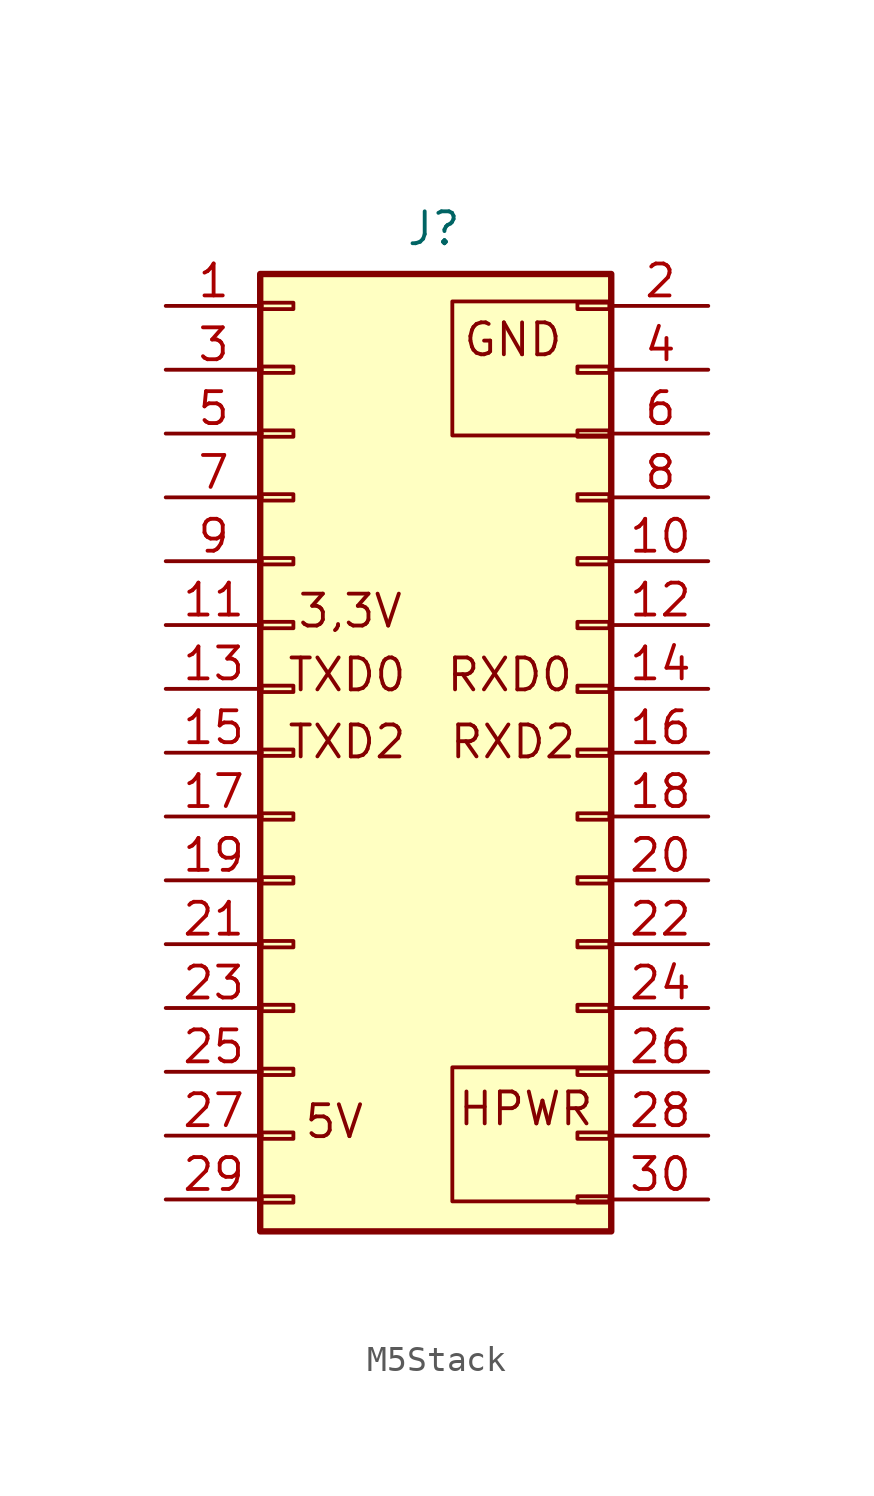
<source format=kicad_sym>
(kicad_symbol_lib
  (version 20220914)
  (generator kicad_symbol_editor)
  (symbol "M5Stack"
    (property "Reference" "J"
      (at 6.858 1.676 0)
      (effects (font (size 1.27 1.27))))
    (property "Value" ""
      (at 6.858 1.676 0)
      (effects (font (size 1.27 1.27))))
    (symbol "M5Stack_1_1"
      (rectangle (start -0.051 -38.227) (end 13.919 -0.127) (stroke (width 0.254) (type default)) (fill (type background)))
      (rectangle (start 0 -36.83) (end 1.27 -37.084) (stroke (width 0.152) (type default)) (fill (type none)))
      (rectangle (start 0 -34.29) (end 1.27 -34.544) (stroke (width 0.152) (type default)) (fill (type none)))
      (rectangle (start 0 -31.75) (end 1.27 -32.004) (stroke (width 0.152) (type default)) (fill (type none)))
      (rectangle (start 0 -29.21) (end 1.27 -29.464) (stroke (width 0.152) (type default)) (fill (type none)))
      (rectangle (start 0 -26.67) (end 1.27 -26.924) (stroke (width 0.152) (type default)) (fill (type none)))
      (rectangle (start 0 -24.13) (end 1.27 -24.384) (stroke (width 0.152) (type default)) (fill (type none)))
      (rectangle (start 0 -21.59) (end 1.27 -21.844) (stroke (width 0.152) (type default)) (fill (type none)))
      (rectangle (start 0 -19.05) (end 1.27 -19.304) (stroke (width 0.152) (type default)) (fill (type none)))
      (rectangle (start 0 -16.51) (end 1.27 -16.764) (stroke (width 0.152) (type default)) (fill (type none)))
      (rectangle (start 0 -13.97) (end 1.27 -14.224) (stroke (width 0.152) (type default)) (fill (type none)))
      (rectangle (start 0 -11.43) (end 1.27 -11.684) (stroke (width 0.152) (type default)) (fill (type none)))
      (rectangle (start 0 -8.89) (end 1.27 -9.144) (stroke (width 0.152) (type default)) (fill (type none)))
      (rectangle (start 0 -6.35) (end 1.27 -6.604) (stroke (width 0.152) (type default)) (fill (type none)))
      (rectangle (start 0 -3.81) (end 1.27 -4.064) (stroke (width 0.152) (type default)) (fill (type none)))
      (rectangle (start 0 -1.27) (end 1.27 -1.524) (stroke (width 0.152) (type default)) (fill (type none)))
      (polyline (pts (xy 13.818 -37.033) (xy 7.595 -37.033) (xy 7.595 -31.699) (xy 13.818 -31.699)) (stroke (width 0) (type default)) (fill (type none)))
      (polyline (pts (xy 13.818 -6.553) (xy 7.595 -6.553) (xy 7.595 -1.219) (xy 13.818 -1.219)) (stroke (width 0) (type default)) (fill (type none)))
      (rectangle (start 12.573 -11.43) (end 13.843 -11.684) (stroke (width 0.152) (type default)) (fill (type none)))
      (rectangle (start 12.573 -1.27) (end 13.843 -1.524) (stroke (width 0.152) (type default)) (fill (type none)))
      (rectangle (start 13.843 -36.83) (end 12.573 -37.084) (stroke (width 0.152) (type default)) (fill (type none)))
      (rectangle (start 13.843 -34.29) (end 12.573 -34.544) (stroke (width 0.152) (type default)) (fill (type none)))
      (rectangle (start 13.843 -31.75) (end 12.573 -32.004) (stroke (width 0.152) (type default)) (fill (type none)))
      (rectangle (start 13.843 -29.21) (end 12.573 -29.464) (stroke (width 0.152) (type default)) (fill (type none)))
      (rectangle (start 13.843 -26.67) (end 12.573 -26.924) (stroke (width 0.152) (type default)) (fill (type none)))
      (rectangle (start 13.843 -24.13) (end 12.573 -24.384) (stroke (width 0.152) (type default)) (fill (type none)))
      (rectangle (start 13.843 -21.59) (end 12.573 -21.844) (stroke (width 0.152) (type default)) (fill (type none)))
      (rectangle (start 13.843 -19.05) (end 12.573 -19.304) (stroke (width 0.152) (type default)) (fill (type none)))
      (rectangle (start 13.843 -16.51) (end 12.573 -16.764) (stroke (width 0.152) (type default)) (fill (type none)))
      (rectangle (start 13.843 -13.97) (end 12.573 -14.224) (stroke (width 0.152) (type default)) (fill (type none)))
      (rectangle (start 13.843 -8.89) (end 12.573 -9.144) (stroke (width 0.152) (type default)) (fill (type none)))
      (rectangle (start 13.843 -6.35) (end 12.573 -6.604) (stroke (width 0.152) (type default)) (fill (type none)))
      (rectangle (start 13.843 -3.81) (end 12.573 -4.064) (stroke (width 0.152) (type default)) (fill (type none)))
      (text "3,3V" (at 3.531 -13.538 0) (effects (font (size 1.27 1.27))))
      (text "5V" (at 2.896 -33.858 0) (effects (font (size 1.27 1.27))))
      (text "GND" (at 10.008 -2.743 0) (effects (font (size 1.27 1.27))))
      (text "HPWR" (at 10.516 -33.35 0) (effects (font (size 1.27 1.27))))
      (text "RXD0\n" (at 9.881 -16.078 0) (effects (font (size 1.27 1.27))))
      (text "RXD2\n" (at 10.008 -18.745 0) (effects (font (size 1.27 1.27))))
      (text "TXD0" (at 3.404 -16.078 0) (effects (font (size 1.27 1.27))))
      (text "TXD2\n" (at 3.404 -18.745 0) (effects (font (size 1.27 1.27))))
      (pin passive line (at -3.81 -1.397 0) (length 3.81) (name "Pin_1" (effects (font (size 0 0)))) (number "1" (effects (font (size 1.27 1.27)))))
      (pin passive line (at 17.78 -11.557 180) (length 3.81) (name "Pin_10" (effects (font (size 0 0)))) (number "10" (effects (font (size 1.27 1.27)))))
      (pin passive line (at -3.81 -14.097 0) (length 3.81) (name "Pin_11" (effects (font (size 0 0)))) (number "11" (effects (font (size 1.27 1.27)))))
      (pin passive line (at 17.78 -14.097 180) (length 3.81) (name "Pin_12" (effects (font (size 0 0)))) (number "12" (effects (font (size 1.27 1.27)))))
      (pin passive line (at -3.81 -16.637 0) (length 3.81) (name "Pin_13" (effects (font (size 0 0)))) (number "13" (effects (font (size 1.27 1.27)))))
      (pin passive line (at 17.78 -16.637 180) (length 3.81) (name "Pin_14" (effects (font (size 0 0)))) (number "14" (effects (font (size 1.27 1.27)))))
      (pin passive line (at -3.81 -19.177 0) (length 3.81) (name "Pin_15" (effects (font (size 0 0)))) (number "15" (effects (font (size 1.27 1.27)))))
      (pin passive line (at 17.78 -19.177 180) (length 3.81) (name "Pin_16" (effects (font (size 0 0)))) (number "16" (effects (font (size 1.27 1.27)))))
      (pin passive line (at -3.81 -21.717 0) (length 3.81) (name "Pin_17" (effects (font (size 0 0)))) (number "17" (effects (font (size 1.27 1.27)))))
      (pin passive line (at 17.78 -21.717 180) (length 3.81) (name "Pin_18" (effects (font (size 0 0)))) (number "18" (effects (font (size 1.27 1.27)))))
      (pin passive line (at -3.81 -24.257 0) (length 3.81) (name "Pin_19" (effects (font (size 0 0)))) (number "19" (effects (font (size 1.27 1.27)))))
      (pin passive line (at 17.78 -1.397 180) (length 3.81) (name "Pin_2" (effects (font (size 0 0)))) (number "2" (effects (font (size 1.27 1.27)))))
      (pin passive line (at 17.78 -24.257 180) (length 3.81) (name "Pin_20" (effects (font (size 0 0)))) (number "20" (effects (font (size 1.27 1.27)))))
      (pin passive line (at -3.81 -26.797 0) (length 3.81) (name "Pin_21" (effects (font (size 0 0)))) (number "21" (effects (font (size 1.27 1.27)))))
      (pin passive line (at 17.78 -26.797 180) (length 3.81) (name "Pin_22" (effects (font (size 0 0)))) (number "22" (effects (font (size 1.27 1.27)))))
      (pin passive line (at -3.81 -29.337 0) (length 3.81) (name "Pin_23" (effects (font (size 0 0)))) (number "23" (effects (font (size 1.27 1.27)))))
      (pin passive line (at 17.78 -29.337 180) (length 3.81) (name "Pin_24" (effects (font (size 0 0)))) (number "24" (effects (font (size 1.27 1.27)))))
      (pin passive line (at -3.81 -31.877 0) (length 3.81) (name "Pin_25" (effects (font (size 0 0)))) (number "25" (effects (font (size 1.27 1.27)))))
      (pin passive line (at 17.78 -31.877 180) (length 3.81) (name "Pin_26" (effects (font (size 0 0)))) (number "26" (effects (font (size 1.27 1.27)))))
      (pin passive line (at -3.81 -34.417 0) (length 3.81) (name "Pin_27" (effects (font (size 0 0)))) (number "27" (effects (font (size 1.27 1.27)))))
      (pin passive line (at 17.78 -34.417 180) (length 3.81) (name "Pin_28" (effects (font (size 0 0)))) (number "28" (effects (font (size 1.27 1.27)))))
      (pin passive line (at -3.81 -36.957 0) (length 3.81) (name "Pin_29" (effects (font (size 0 0)))) (number "29" (effects (font (size 1.27 1.27)))))
      (pin passive line (at -3.81 -3.937 0) (length 3.81) (name "Pin_3" (effects (font (size 0 0)))) (number "3" (effects (font (size 1.27 1.27)))))
      (pin passive line (at 17.78 -36.957 180) (length 3.81) (name "Pin_30" (effects (font (size 0 0)))) (number "30" (effects (font (size 1.27 1.27)))))
      (pin passive line (at 17.78 -3.937 180) (length 3.81) (name "Pin_4" (effects (font (size 0 0)))) (number "4" (effects (font (size 1.27 1.27)))))
      (pin passive line (at -3.81 -6.477 0) (length 3.81) (name "Pin_5" (effects (font (size 0 0)))) (number "5" (effects (font (size 1.27 1.27)))))
      (pin passive line (at 17.78 -6.477 180) (length 3.81) (name "Pin_6" (effects (font (size 0 0)))) (number "6" (effects (font (size 1.27 1.27)))))
      (pin passive line (at -3.81 -9.017 0) (length 3.81) (name "Pin_7" (effects (font (size 0 0)))) (number "7" (effects (font (size 1.27 1.27)))))
      (pin passive line (at 17.78 -9.017 180) (length 3.81) (name "Pin_8" (effects (font (size 0 0)))) (number "8" (effects (font (size 1.27 1.27)))))
      (pin passive line (at -3.81 -11.557 0) (length 3.81) (name "Pin_9" (effects (font (size 0 0)))) (number "9" (effects (font (size 1.27 1.27))))))))
</source>
